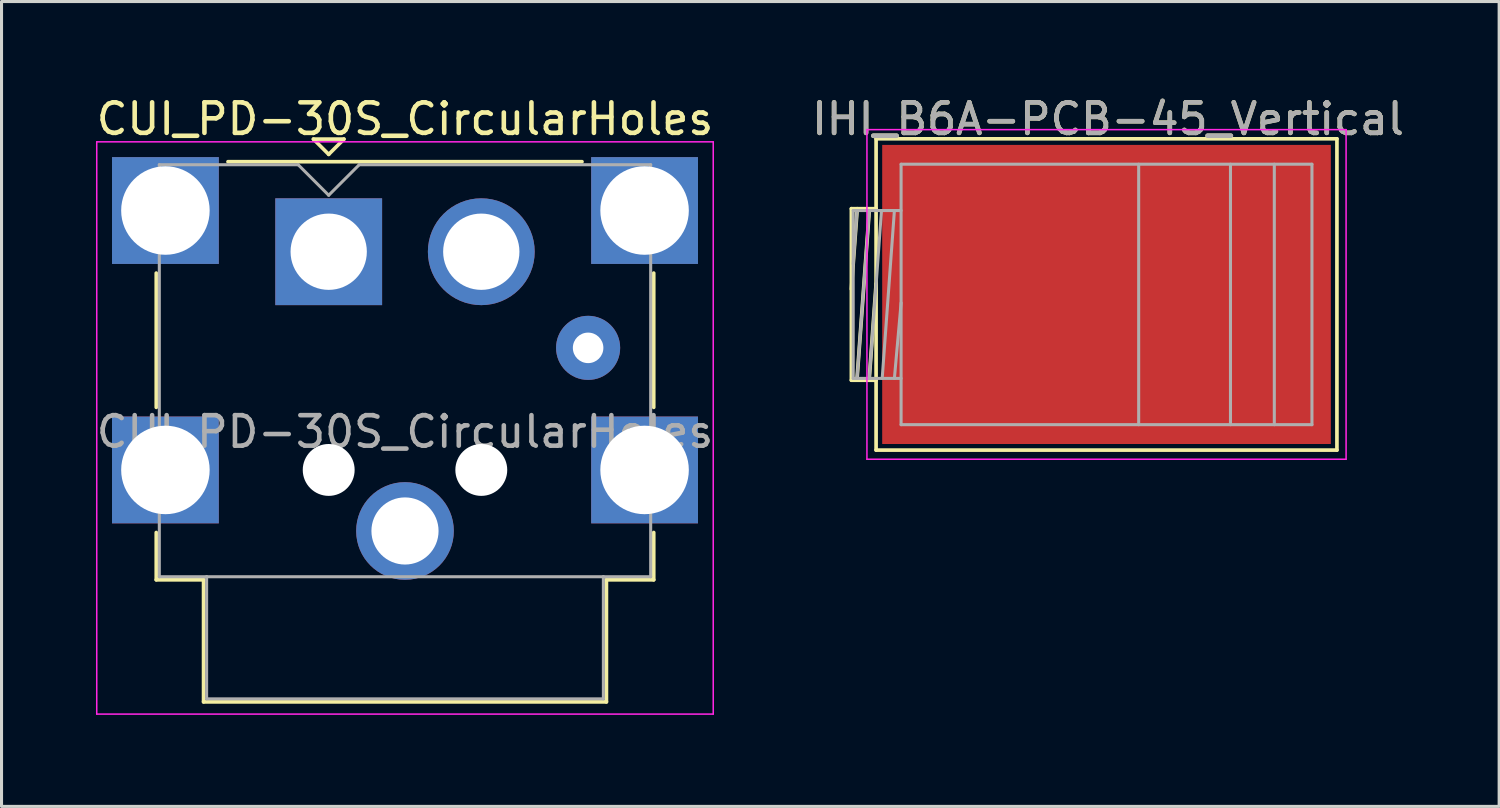
<source format=kicad_pcb>
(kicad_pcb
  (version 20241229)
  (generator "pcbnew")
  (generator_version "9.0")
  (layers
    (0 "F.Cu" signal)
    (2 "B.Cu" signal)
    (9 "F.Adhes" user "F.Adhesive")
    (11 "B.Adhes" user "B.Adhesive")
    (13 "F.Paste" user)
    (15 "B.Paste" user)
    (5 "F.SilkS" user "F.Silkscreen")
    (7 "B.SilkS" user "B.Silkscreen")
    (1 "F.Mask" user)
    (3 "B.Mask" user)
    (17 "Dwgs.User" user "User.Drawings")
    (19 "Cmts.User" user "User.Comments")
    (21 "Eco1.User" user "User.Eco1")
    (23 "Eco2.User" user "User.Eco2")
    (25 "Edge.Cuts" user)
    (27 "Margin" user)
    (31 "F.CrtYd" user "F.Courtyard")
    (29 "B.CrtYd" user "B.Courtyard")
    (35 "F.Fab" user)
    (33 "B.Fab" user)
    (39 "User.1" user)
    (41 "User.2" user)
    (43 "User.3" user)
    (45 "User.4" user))
  (footprint "CUI_PD-30S_CircularHoles"
    (layer "F.Cu")
    (at 7.72 5.198)
    (property "Reference" "CUI_PD-30S_CircularHoles" (at 2.5 -4.35 0) (layer "F.SilkS") (effects (font (size 1 1) (thickness 0.15))))
    (attr through_hole)
    (fp_line (start -5.65 5.1) (end -5.65 0.7) (stroke (width 0.12) (type solid)) (layer "F.SilkS"))
    (fp_line (start -5.65 10.75) (end -5.65 9.2) (stroke (width 0.12) (type solid)) (layer "F.SilkS"))
    (fp_line (start -4.1 10.75) (end -5.65 10.75) (stroke (width 0.12) (type solid)) (layer "F.SilkS"))
    (fp_line (start -4.1 14.75) (end -4.1 10.75) (stroke (width 0.12) (type solid)) (layer "F.SilkS"))
    (fp_line (start -3.3 -2.95) (end 8.3 -2.95) (stroke (width 0.12) (type solid)) (layer "F.SilkS"))
    (fp_line (start -0.5 -3.69) (end 0.5 -3.69) (stroke (width 0.12) (type solid)) (layer "F.SilkS"))
    (fp_line (start 0 -3.19) (end -0.5 -3.69) (stroke (width 0.12) (type solid)) (layer "F.SilkS"))
    (fp_line (start 0.5 -3.69) (end 0 -3.19) (stroke (width 0.12) (type solid)) (layer "F.SilkS"))
    (fp_line (start 9.1 10.75) (end 9.1 14.75) (stroke (width 0.12) (type solid)) (layer "F.SilkS"))
    (fp_line (start 9.1 14.75) (end -4.1 14.75) (stroke (width 0.12) (type solid)) (layer "F.SilkS"))
    (fp_line (start 10.65 0.7) (end 10.65 5.1) (stroke (width 0.12) (type solid)) (layer "F.SilkS"))
    (fp_line (start 10.65 9.2) (end 10.65 10.75) (stroke (width 0.12) (type solid)) (layer "F.SilkS"))
    (fp_line (start 10.65 10.75) (end 9.1 10.75) (stroke (width 0.12) (type solid)) (layer "F.SilkS"))
    (fp_line (start -7.6 -3.6) (end 12.6 -3.6) (stroke (width 0.05) (type solid)) (layer "F.CrtYd"))
    (fp_line (start -7.6 15.15) (end -7.6 -3.6) (stroke (width 0.05) (type solid)) (layer "F.CrtYd"))
    (fp_line (start 12.6 -3.6) (end 12.6 15.15) (stroke (width 0.05) (type solid)) (layer "F.CrtYd"))
    (fp_line (start 12.6 15.15) (end -7.6 15.15) (stroke (width 0.05) (type solid)) (layer "F.CrtYd"))
    (fp_line (start -5.55 -2.85) (end -1 -2.85) (stroke (width 0.1) (type solid)) (layer "F.Fab"))
    (fp_line (start -5.55 10.65) (end -5.55 -2.85) (stroke (width 0.1) (type solid)) (layer "F.Fab"))
    (fp_line (start -4 10.65) (end -5.55 10.65) (stroke (width 0.1) (type solid)) (layer "F.Fab"))
    (fp_line (start -4 10.65) (end 9 10.65) (stroke (width 0.1) (type solid)) (layer "F.Fab"))
    (fp_line (start -4 14.65) (end -4 10.65) (stroke (width 0.1) (type solid)) (layer "F.Fab"))
    (fp_line (start -1 -2.85) (end 0 -1.85) (stroke (width 0.1) (type solid)) (layer "F.Fab"))
    (fp_line (start 0 -1.85) (end 1 -2.85) (stroke (width 0.1) (type solid)) (layer "F.Fab"))
    (fp_line (start 1 -2.85) (end 10.55 -2.85) (stroke (width 0.1) (type solid)) (layer "F.Fab"))
    (fp_line (start 9 10.65) (end 9 14.65) (stroke (width 0.1) (type solid)) (layer "F.Fab"))
    (fp_line (start 9 14.65) (end -4 14.65) (stroke (width 0.1) (type solid)) (layer "F.Fab"))
    (fp_line (start 10.55 -2.85) (end 10.55 10.65) (stroke (width 0.1) (type solid)) (layer "F.Fab"))
    (fp_line (start 10.55 10.65) (end 9 10.65) (stroke (width 0.1) (type solid)) (layer "F.Fab"))
    (fp_text user "${REFERENCE}" (at 2.5 5.9 0) (layer "F.Fab") (effects (font (size 1 1) (thickness 0.15))))
    (pad "" np_thru_hole circle (at 0 7.15) (size 1.7 1.7) (drill 1.7) (layers "*.Cu" "*.Mask"))
    (pad "" np_thru_hole circle (at 5 7.15) (size 1.7 1.7) (drill 1.7) (layers "*.Cu" "*.Mask"))
    (pad "1" thru_hole rect (at 0 0) (size 3.5 3.5) (drill 2.5) (layers "*.Cu" "*.Mask"))
    (pad "2" thru_hole circle (at 5 0) (size 3.5 3.5) (drill 2.5) (layers "*.Cu" "*.Mask"))
    (pad "3" thru_hole circle (at 8.5 3.15) (size 2.1 2.1) (drill 1) (layers "*.Cu" "*.Mask"))
    (pad "4" thru_hole circle (at 2.5 9.15) (size 3.2 3.2) (drill 2.2) (layers "*.Cu" "*.Mask"))
    (pad "SH" thru_hole rect (at -5.35 -1.35) (size 3.5 3.5) (drill 2.9) (layers "*.Cu" "*.Mask"))
    (pad "SH" thru_hole rect (at -5.35 7.15) (size 3.5 3.5) (drill 2.9) (layers "*.Cu" "*.Mask"))
    (pad "SH" thru_hole rect (at 10.35 -1.35) (size 3.5 3.5) (drill 2.9) (layers "*.Cu" "*.Mask"))
    (pad "SH" thru_hole rect (at 10.35 7.15) (size 3.5 3.5) (drill 2.9) (layers "*.Cu" "*.Mask")))
  (footprint "IHI_B6A-PCB-45_Vertical"
    (layer "F.Cu")
    (at 33.206 6.598)
    (property "Reference" "IHI_B6A-PCB-45_Vertical" (at 0.05 -5.75 0) (layer "F.SilkS") (effects (font (size 1 1) (thickness 0.15))))
    (attr smd)
    (fp_line (start -8.36 -2.81) (end -7.55 -2.81) (stroke (width 0.12) (type solid)) (layer "F.SilkS"))
    (fp_line (start -8.36 -0.175) (end -8.168 -2.81) (stroke (width 0.12) (type solid)) (layer "F.SilkS"))
    (fp_line (start -8.36 2.81) (end -8.36 -2.81) (stroke (width 0.12) (type solid)) (layer "F.SilkS"))
    (fp_line (start -7.773 -2.75) (end -8.173 2.75) (stroke (width 0.12) (type solid)) (layer "F.SilkS"))
    (fp_line (start -7.773 2.75) (end -7.55 -0.35) (stroke (width 0.12) (type solid)) (layer "F.SilkS"))
    (fp_line (start -7.55 -5.1) (end 7.55 -5.1) (stroke (width 0.12) (type solid)) (layer "F.SilkS"))
    (fp_line (start -7.55 2.81) (end -8.36 2.81) (stroke (width 0.12) (type solid)) (layer "F.SilkS"))
    (fp_line (start -7.55 5.1) (end -7.55 -5.1) (stroke (width 0.12) (type solid)) (layer "F.SilkS"))
    (fp_line (start 7.55 -5.1) (end 7.55 5.1) (stroke (width 0.12) (type solid)) (layer "F.SilkS"))
    (fp_line (start 7.55 5.1) (end -7.55 5.1) (stroke (width 0.12) (type solid)) (layer "F.SilkS"))
    (fp_line (start -7.85 -5.4) (end 7.85 -5.4) (stroke (width 0.05) (type solid)) (layer "F.CrtYd"))
    (fp_line (start -7.85 5.4) (end -7.85 -5.4) (stroke (width 0.05) (type solid)) (layer "F.CrtYd"))
    (fp_line (start 7.85 -5.4) (end 7.85 5.4) (stroke (width 0.05) (type solid)) (layer "F.CrtYd"))
    (fp_line (start 7.85 5.4) (end -7.85 5.4) (stroke (width 0.05) (type solid)) (layer "F.CrtYd"))
    (fp_line (start -8.3 -2.75) (end -6.731 -2.75) (stroke (width 0.1) (type solid)) (layer "F.Fab"))
    (fp_line (start -8.3 -1) (end -8.173 -2.75) (stroke (width 0.1) (type solid)) (layer "F.Fab"))
    (fp_line (start -8.3 2.75) (end -8.3 -2.75) (stroke (width 0.1) (type solid)) (layer "F.Fab"))
    (fp_line (start -7.773 -2.75) (end -8.173 2.75) (stroke (width 0.1) (type solid)) (layer "F.Fab"))
    (fp_line (start -7.773 2.75) (end -7.373 -2.75) (stroke (width 0.1) (type solid)) (layer "F.Fab"))
    (fp_line (start -7.35 2.75) (end -6.95 -2.75) (stroke (width 0.1) (type solid)) (layer "F.Fab"))
    (fp_line (start -6.95 2.75) (end -6.73 0.275) (stroke (width 0.1) (type solid)) (layer "F.Fab"))
    (fp_line (start -6.731 2.75) (end -8.3 2.75) (stroke (width 0.1) (type solid)) (layer "F.Fab"))
    (fp_line (start -6.731 4.267) (end -6.731 -4.267) (stroke (width 0.1) (type solid)) (layer "F.Fab"))
    (fp_line (start -6.731 4.267) (end 6.731 4.267) (stroke (width 0.1) (type solid)) (layer "F.Fab"))
    (fp_line (start 1.054 -4.267) (end 1.054 4.267) (stroke (width 0.1) (type solid)) (layer "F.Fab"))
    (fp_line (start 4.062 -4.267) (end 4.062 4.267) (stroke (width 0.1) (type solid)) (layer "F.Fab"))
    (fp_line (start 5.498 -4.267) (end 5.498 4.267) (stroke (width 0.1) (type solid)) (layer "F.Fab"))
    (fp_line (start 6.731 -4.267) (end -6.731 -4.267) (stroke (width 0.1) (type solid)) (layer "F.Fab"))
    (fp_line (start 6.731 -4.267) (end 6.731 4.267) (stroke (width 0.1) (type solid)) (layer "F.Fab"))
    (fp_text user "${REFERENCE}" (at 0.05 -5.75 0) (layer "F.Fab") (effects (font (size 1 1) (thickness 0.15))))
    (pad "" smd rect (at -6.05 -3.85 180) (size 1.3 0.8) (layers "F.Paste"))
    (pad "" smd rect (at -6.05 -2.75 180) (size 1.3 0.8) (layers "F.Paste"))
    (pad "" smd rect (at -6.05 -1.65 180) (size 1.3 0.8) (layers "F.Paste"))
    (pad "" smd rect (at -6.05 -0.55 180) (size 1.3 0.8) (layers "F.Paste"))
    (pad "" smd rect (at -6.05 0.55 180) (size 1.3 0.8) (layers "F.Paste"))
    (pad "" smd rect (at -6.05 1.65 180) (size 1.3 0.8) (layers "F.Paste"))
    (pad "" smd rect (at -6.05 2.75 180) (size 1.3 0.8) (layers "F.Paste"))
    (pad "" smd rect (at -6.05 3.85 180) (size 1.3 0.8) (layers "F.Paste"))
    (pad "" smd rect (at -4.45 -3.85 180) (size 1.3 0.8) (layers "F.Paste"))
    (pad "" smd rect (at -4.45 -2.75 180) (size 1.3 0.8) (layers "F.Paste"))
    (pad "" smd rect (at -4.45 -1.65 180) (size 1.3 0.8) (layers "F.Paste"))
    (pad "" smd rect (at -4.45 -0.55 180) (size 1.3 0.8) (layers "F.Paste"))
    (pad "" smd rect (at -4.45 0.55 180) (size 1.3 0.8) (layers "F.Paste"))
    (pad "" smd rect (at -4.45 1.65 180) (size 1.3 0.8) (layers "F.Paste"))
    (pad "" smd rect (at -4.45 2.75 180) (size 1.3 0.8) (layers "F.Paste"))
    (pad "" smd rect (at -4.45 3.85 180) (size 1.3 0.8) (layers "F.Paste"))
    (pad "" smd rect (at -2.85 -3.85 180) (size 1.3 0.8) (layers "F.Paste"))
    (pad "" smd rect (at -2.85 -2.75 180) (size 1.3 0.8) (layers "F.Paste"))
    (pad "" smd rect (at -2.85 -1.65 180) (size 1.3 0.8) (layers "F.Paste"))
    (pad "" smd rect (at -2.85 -0.55 180) (size 1.3 0.8) (layers "F.Paste"))
    (pad "" smd rect (at -2.85 0.55 180) (size 1.3 0.8) (layers "F.Paste"))
    (pad "" smd rect (at -2.85 1.65 180) (size 1.3 0.8) (layers "F.Paste"))
    (pad "" smd rect (at -2.85 2.75 180) (size 1.3 0.8) (layers "F.Paste"))
    (pad "" smd rect (at -2.85 3.85 180) (size 1.3 0.8) (layers "F.Paste"))
    (pad "" smd rect (at -1.25 -3.85 180) (size 1.3 0.8) (layers "F.Paste"))
    (pad "" smd rect (at -1.25 -2.75 180) (size 1.3 0.8) (layers "F.Paste"))
    (pad "" smd rect (at -1.25 -1.65 180) (size 1.3 0.8) (layers "F.Paste"))
    (pad "" smd rect (at -1.25 -0.55 180) (size 1.3 0.8) (layers "F.Paste"))
    (pad "" smd rect (at -1.25 0.55 180) (size 1.3 0.8) (layers "F.Paste"))
    (pad "" smd rect (at -1.25 1.65 180) (size 1.3 0.8) (layers "F.Paste"))
    (pad "" smd rect (at -1.25 2.75 180) (size 1.3 0.8) (layers "F.Paste"))
    (pad "" smd rect (at -1.25 3.85 180) (size 1.3 0.8) (layers "F.Paste"))
    (pad "" smd rect (at 0.35 -3.85 180) (size 1.3 0.8) (layers "F.Paste"))
    (pad "" smd rect (at 0.35 -2.75 180) (size 1.3 0.8) (layers "F.Paste"))
    (pad "" smd rect (at 0.35 -1.65 180) (size 1.3 0.8) (layers "F.Paste"))
    (pad "" smd rect (at 0.35 -0.55 180) (size 1.3 0.8) (layers "F.Paste"))
    (pad "" smd rect (at 0.35 0.55 180) (size 1.3 0.8) (layers "F.Paste"))
    (pad "" smd rect (at 0.35 1.65 180) (size 1.3 0.8) (layers "F.Paste"))
    (pad "" smd rect (at 0.35 2.75 180) (size 1.3 0.8) (layers "F.Paste"))
    (pad "" smd rect (at 0.35 3.85 180) (size 1.3 0.8) (layers "F.Paste"))
    (pad "" smd rect (at 4.78 -3.85 180) (size 1.3 0.8) (layers "F.Paste"))
    (pad "" smd rect (at 4.78 -2.75 180) (size 1.3 0.8) (layers "F.Paste"))
    (pad "" smd rect (at 4.78 -1.65 180) (size 1.3 0.8) (layers "F.Paste"))
    (pad "" smd rect (at 4.78 -0.55 180) (size 1.3 0.8) (layers "F.Paste"))
    (pad "" smd rect (at 4.78 0.55 180) (size 1.3 0.8) (layers "F.Paste"))
    (pad "" smd rect (at 4.78 1.65 180) (size 1.3 0.8) (layers "F.Paste"))
    (pad "" smd rect (at 4.78 2.75 180) (size 1.3 0.8) (layers "F.Paste"))
    (pad "" smd rect (at 4.78 3.85 180) (size 1.3 0.8) (layers "F.Paste"))
    (pad "1" smd rect (at 0 0 180) (size 14.7 9.8) (layers "F.Cu" "F.Mask")))
  (gr_rect
    (start -3 -3)
    (end 46.071 23.373)
    (stroke (width 0.1) (type default))
    (fill no)
    (layer "Edge.Cuts")))
</source>
